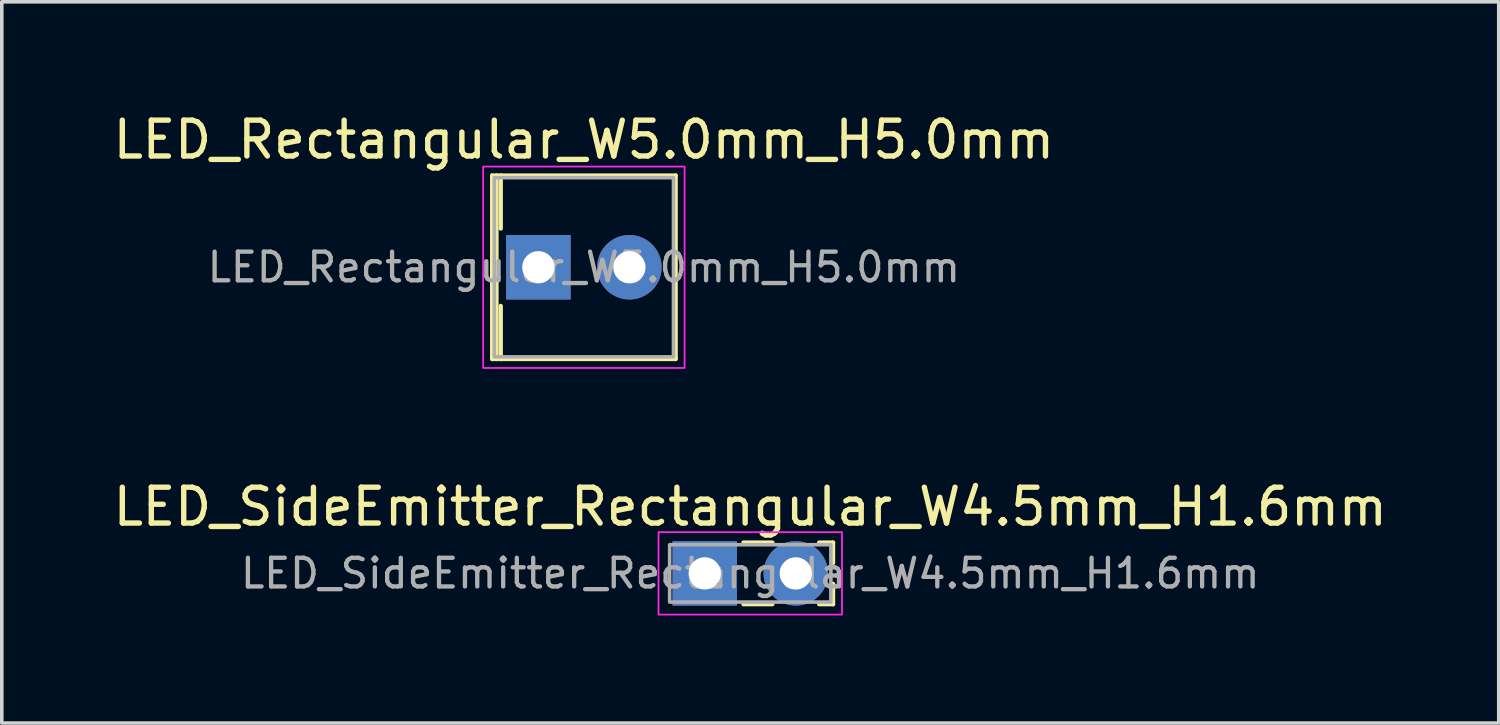
<source format=kicad_pcb>
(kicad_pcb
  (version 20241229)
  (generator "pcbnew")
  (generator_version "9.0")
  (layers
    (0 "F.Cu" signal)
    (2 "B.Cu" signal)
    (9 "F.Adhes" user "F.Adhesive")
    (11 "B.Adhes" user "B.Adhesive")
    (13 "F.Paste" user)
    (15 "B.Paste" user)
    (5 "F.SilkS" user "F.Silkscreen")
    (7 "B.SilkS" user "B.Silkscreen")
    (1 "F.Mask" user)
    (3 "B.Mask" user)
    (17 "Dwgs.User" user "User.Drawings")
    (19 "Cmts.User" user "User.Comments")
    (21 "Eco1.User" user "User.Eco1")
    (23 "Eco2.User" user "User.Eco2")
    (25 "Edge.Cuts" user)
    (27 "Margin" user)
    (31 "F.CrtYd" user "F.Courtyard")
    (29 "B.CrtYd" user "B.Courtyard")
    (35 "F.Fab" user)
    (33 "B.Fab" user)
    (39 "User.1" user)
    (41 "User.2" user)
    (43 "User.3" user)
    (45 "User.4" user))
  (footprint "LED_Rectangular_W5.0mm_H5.0mm"
    (layer "F.Cu")
    (at 11.974 4.408)
    (property "Reference" "LED_Rectangular_W5.0mm_H5.0mm" (at 1.27 -3.56 0) (layer "F.SilkS") (effects (font (size 1 1) (thickness 0.15))))
    (attr through_hole)
    (fp_line (start -1.29 -2.56) (end 3.83 -2.56) (stroke (width 0.12) (type solid)) (layer "F.SilkS"))
    (fp_line (start -1.29 2.56) (end -1.29 -2.56) (stroke (width 0.12) (type solid)) (layer "F.SilkS"))
    (fp_line (start -1.17 -2.56) (end -1.17 2.56) (stroke (width 0.12) (type solid)) (layer "F.SilkS"))
    (fp_line (start -1.05 -2.56) (end -1.05 -1.08) (stroke (width 0.12) (type solid)) (layer "F.SilkS"))
    (fp_line (start -1.05 1.08) (end -1.05 2.56) (stroke (width 0.12) (type solid)) (layer "F.SilkS"))
    (fp_line (start 3.83 -2.56) (end 3.83 2.56) (stroke (width 0.12) (type solid)) (layer "F.SilkS"))
    (fp_line (start 3.83 2.56) (end -1.29 2.56) (stroke (width 0.12) (type solid)) (layer "F.SilkS"))
    (fp_rect (start -1.54 -2.81) (end 4.08 2.81) (stroke (width 0.05) (type solid)) (fill no) (layer "F.CrtYd"))
    (fp_rect (start -1.23 -2.5) (end 3.77 2.5) (stroke (width 0.1) (type solid)) (fill no) (layer "F.Fab"))
    (fp_text user "${REFERENCE}" (at 1.27 0 0) (layer "F.Fab") (effects (font (size 0.8 0.8) (thickness 0.12))))
    (pad "1" thru_hole rect (at 0 0) (size 1.8 1.8) (drill 0.9) (layers "*.Cu" "*.Mask"))
    (pad "2" thru_hole circle (at 2.54 0) (size 1.8 1.8) (drill 0.9) (layers "*.Cu" "*.Mask")))
  (footprint "LED_SideEmitter_Rectangular_W4.5mm_H1.6mm"
    (layer "F.Cu")
    (at 16.617 12.951)
    (property "Reference" "LED_SideEmitter_Rectangular_W4.5mm_H1.6mm" (at 1.27 -1.86 0) (layer "F.SilkS") (effects (font (size 1 1) (thickness 0.15))))
    (attr through_hole)
    (fp_line (start 1.08 -0.86) (end 1.887 -0.86) (stroke (width 0.12) (type solid)) (layer "F.SilkS"))
    (fp_line (start 1.887 0.86) (end 1.08 0.86) (stroke (width 0.12) (type solid)) (layer "F.SilkS"))
    (fp_line (start 3.193 -0.86) (end 3.58 -0.86) (stroke (width 0.12) (type solid)) (layer "F.SilkS"))
    (fp_line (start 3.58 -0.86) (end 3.58 -0.291) (stroke (width 0.12) (type solid)) (layer "F.SilkS"))
    (fp_line (start 3.58 0.291) (end 3.58 0.86) (stroke (width 0.12) (type solid)) (layer "F.SilkS"))
    (fp_line (start 3.58 0.86) (end 3.193 0.86) (stroke (width 0.12) (type solid)) (layer "F.SilkS"))
    (fp_rect (start -1.29 -1.15) (end 3.83 1.15) (stroke (width 0.05) (type solid)) (fill no) (layer "F.CrtYd"))
    (fp_rect (start -0.98 -0.8) (end 3.52 0.8) (stroke (width 0.1) (type solid)) (fill no) (layer "F.Fab"))
    (fp_text user "${REFERENCE}" (at 1.27 0 0) (layer "F.Fab") (effects (font (size 0.8 0.8) (thickness 0.12))))
    (pad "1" thru_hole rect (at 0 0) (size 1.8 1.8) (drill 0.9) (layers "*.Cu" "*.Mask"))
    (pad "2" thru_hole circle (at 2.54 0) (size 1.8 1.8) (drill 0.9) (layers "*.Cu" "*.Mask")))
  (gr_rect
    (start -3 -3)
    (end 38.774 17.127)
    (stroke (width 0.1) (type default))
    (fill no)
    (layer "Edge.Cuts")))
</source>
